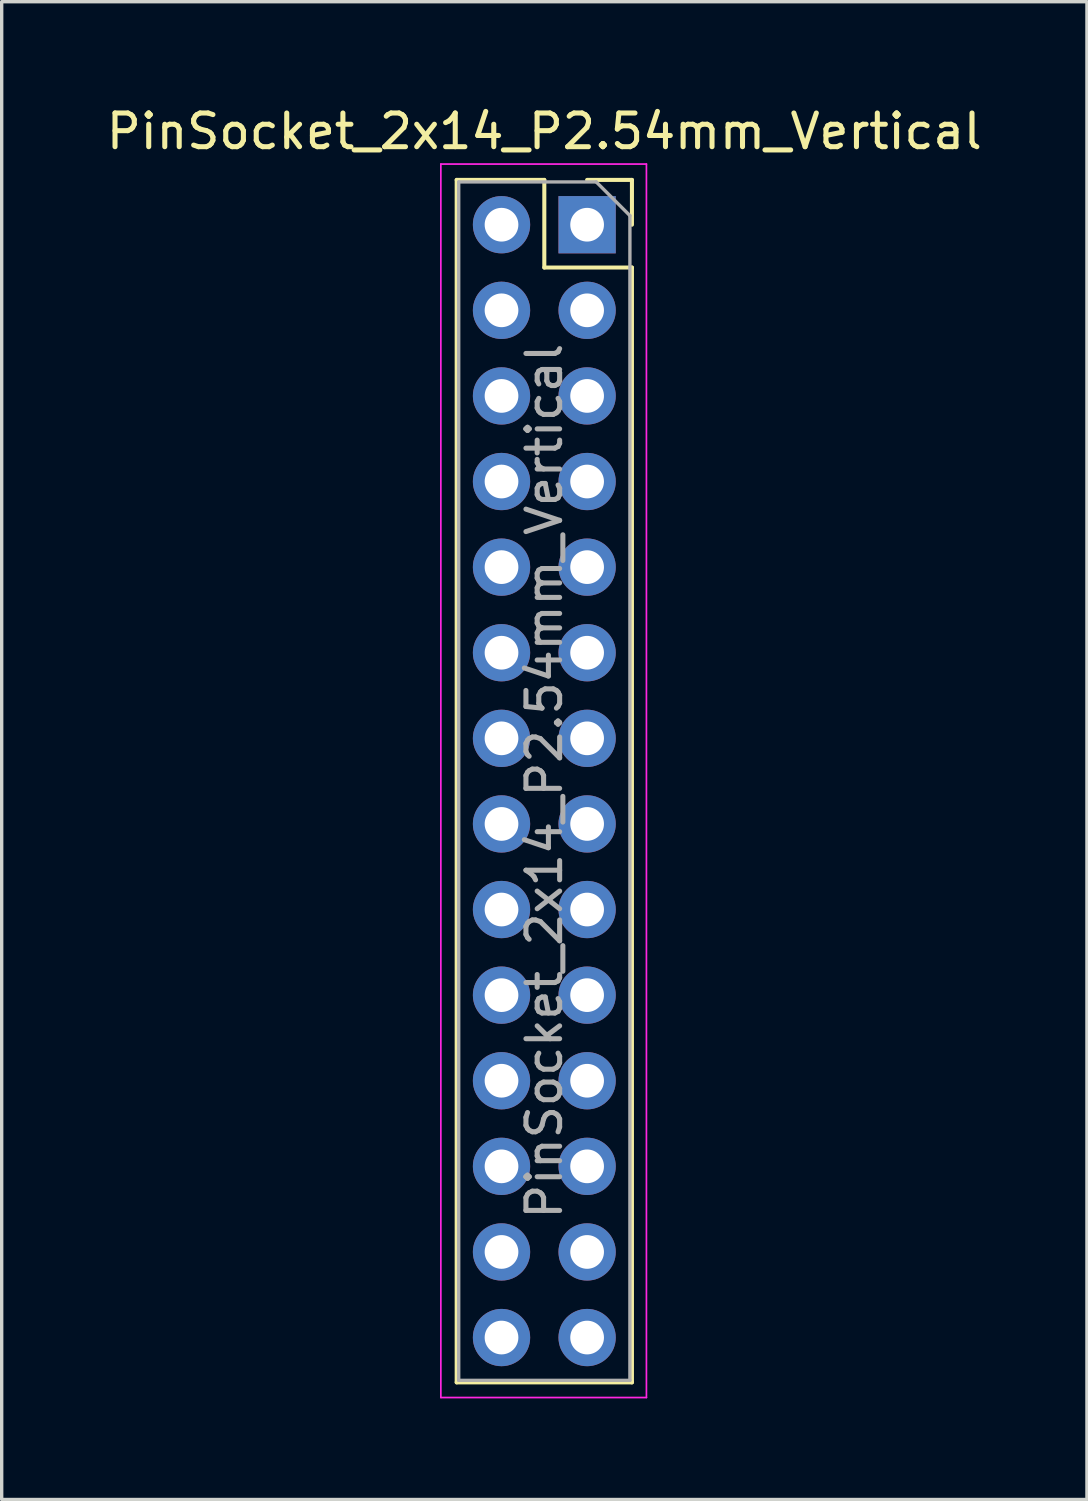
<source format=kicad_pcb>
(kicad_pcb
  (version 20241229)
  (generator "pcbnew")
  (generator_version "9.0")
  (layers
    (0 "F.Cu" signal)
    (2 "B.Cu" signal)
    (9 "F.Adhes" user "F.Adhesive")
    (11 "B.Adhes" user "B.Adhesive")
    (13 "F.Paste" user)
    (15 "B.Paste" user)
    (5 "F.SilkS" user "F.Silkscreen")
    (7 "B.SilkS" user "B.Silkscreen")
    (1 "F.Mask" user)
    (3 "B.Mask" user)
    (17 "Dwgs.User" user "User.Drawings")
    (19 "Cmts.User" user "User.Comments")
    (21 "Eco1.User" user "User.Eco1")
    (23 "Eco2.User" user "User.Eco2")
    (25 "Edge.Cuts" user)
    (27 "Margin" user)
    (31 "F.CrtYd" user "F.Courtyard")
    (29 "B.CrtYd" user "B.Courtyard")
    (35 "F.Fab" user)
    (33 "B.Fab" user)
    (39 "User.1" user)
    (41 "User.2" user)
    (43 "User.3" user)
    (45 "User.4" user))
  (footprint "PinSocket_2x14_P2.54mm_Vertical"
    (layer "F.Cu")
    (at 13.101 20.128)
    (property "Reference" "PinSocket_2x14_P2.54mm_Vertical" (at 0 -19.28 0) (layer "F.SilkS") (effects (font (size 1 1) (thickness 0.15))))
    (attr through_hole)
    (fp_line (start -2.6 -17.84) (end -2.6 17.84) (stroke (width 0.12) (type solid)) (layer "F.SilkS"))
    (fp_line (start -2.6 -17.84) (end 0 -17.84) (stroke (width 0.12) (type solid)) (layer "F.SilkS"))
    (fp_line (start -2.6 17.84) (end 2.6 17.84) (stroke (width 0.12) (type solid)) (layer "F.SilkS"))
    (fp_line (start 0 -17.84) (end 0 -15.24) (stroke (width 0.12) (type solid)) (layer "F.SilkS"))
    (fp_line (start 0 -15.24) (end 2.6 -15.24) (stroke (width 0.12) (type solid)) (layer "F.SilkS"))
    (fp_line (start 1.27 -17.84) (end 2.6 -17.84) (stroke (width 0.12) (type solid)) (layer "F.SilkS"))
    (fp_line (start 2.6 -17.84) (end 2.6 -16.51) (stroke (width 0.12) (type solid)) (layer "F.SilkS"))
    (fp_line (start 2.6 -15.24) (end 2.6 17.84) (stroke (width 0.12) (type solid)) (layer "F.SilkS"))
    (fp_line (start -3.07 -18.31) (end 3.03 -18.31) (stroke (width 0.05) (type solid)) (layer "F.CrtYd"))
    (fp_line (start -3.07 18.29) (end -3.07 -18.31) (stroke (width 0.05) (type solid)) (layer "F.CrtYd"))
    (fp_line (start 3.03 -18.31) (end 3.03 18.29) (stroke (width 0.05) (type solid)) (layer "F.CrtYd"))
    (fp_line (start 3.03 18.29) (end -3.07 18.29) (stroke (width 0.05) (type solid)) (layer "F.CrtYd"))
    (fp_line (start -2.54 -17.78) (end 1.54 -17.78) (stroke (width 0.1) (type solid)) (layer "F.Fab"))
    (fp_line (start -2.54 17.78) (end -2.54 -17.78) (stroke (width 0.1) (type solid)) (layer "F.Fab"))
    (fp_line (start 1.54 -17.78) (end 2.54 -16.78) (stroke (width 0.1) (type solid)) (layer "F.Fab"))
    (fp_line (start 2.54 -16.78) (end 2.54 17.78) (stroke (width 0.1) (type solid)) (layer "F.Fab"))
    (fp_line (start 2.54 17.78) (end -2.54 17.78) (stroke (width 0.1) (type solid)) (layer "F.Fab"))
    (fp_text user "${REFERENCE}" (at 0 0 90) (layer "F.Fab") (effects (font (size 1 1) (thickness 0.15))))
    (pad "1" thru_hole rect (at 1.27 -16.51) (size 1.7 1.7) (drill 1) (layers "*.Cu" "*.Mask"))
    (pad "2" thru_hole oval (at -1.27 -16.51) (size 1.7 1.7) (drill 1) (layers "*.Cu" "*.Mask"))
    (pad "3" thru_hole oval (at 1.27 -13.97) (size 1.7 1.7) (drill 1) (layers "*.Cu" "*.Mask"))
    (pad "4" thru_hole oval (at -1.27 -13.97) (size 1.7 1.7) (drill 1) (layers "*.Cu" "*.Mask"))
    (pad "5" thru_hole oval (at 1.27 -11.43) (size 1.7 1.7) (drill 1) (layers "*.Cu" "*.Mask"))
    (pad "6" thru_hole oval (at -1.27 -11.43) (size 1.7 1.7) (drill 1) (layers "*.Cu" "*.Mask"))
    (pad "7" thru_hole oval (at 1.27 -8.89) (size 1.7 1.7) (drill 1) (layers "*.Cu" "*.Mask"))
    (pad "8" thru_hole oval (at -1.27 -8.89) (size 1.7 1.7) (drill 1) (layers "*.Cu" "*.Mask"))
    (pad "9" thru_hole oval (at 1.27 -6.35) (size 1.7 1.7) (drill 1) (layers "*.Cu" "*.Mask"))
    (pad "10" thru_hole oval (at -1.27 -6.35) (size 1.7 1.7) (drill 1) (layers "*.Cu" "*.Mask"))
    (pad "11" thru_hole oval (at 1.27 -3.81) (size 1.7 1.7) (drill 1) (layers "*.Cu" "*.Mask"))
    (pad "12" thru_hole oval (at -1.27 -3.81) (size 1.7 1.7) (drill 1) (layers "*.Cu" "*.Mask"))
    (pad "13" thru_hole oval (at 1.27 -1.27) (size 1.7 1.7) (drill 1) (layers "*.Cu" "*.Mask"))
    (pad "14" thru_hole oval (at -1.27 -1.27) (size 1.7 1.7) (drill 1) (layers "*.Cu" "*.Mask"))
    (pad "15" thru_hole oval (at 1.27 1.27) (size 1.7 1.7) (drill 1) (layers "*.Cu" "*.Mask"))
    (pad "16" thru_hole oval (at -1.27 1.27) (size 1.7 1.7) (drill 1) (layers "*.Cu" "*.Mask"))
    (pad "17" thru_hole oval (at 1.27 3.81) (size 1.7 1.7) (drill 1) (layers "*.Cu" "*.Mask"))
    (pad "18" thru_hole oval (at -1.27 3.81) (size 1.7 1.7) (drill 1) (layers "*.Cu" "*.Mask"))
    (pad "19" thru_hole oval (at 1.27 6.35) (size 1.7 1.7) (drill 1) (layers "*.Cu" "*.Mask"))
    (pad "20" thru_hole oval (at -1.27 6.35) (size 1.7 1.7) (drill 1) (layers "*.Cu" "*.Mask"))
    (pad "21" thru_hole oval (at 1.27 8.89) (size 1.7 1.7) (drill 1) (layers "*.Cu" "*.Mask"))
    (pad "22" thru_hole oval (at -1.27 8.89) (size 1.7 1.7) (drill 1) (layers "*.Cu" "*.Mask"))
    (pad "23" thru_hole oval (at 1.27 11.43) (size 1.7 1.7) (drill 1) (layers "*.Cu" "*.Mask"))
    (pad "24" thru_hole oval (at -1.27 11.43) (size 1.7 1.7) (drill 1) (layers "*.Cu" "*.Mask"))
    (pad "25" thru_hole oval (at 1.27 13.97) (size 1.7 1.7) (drill 1) (layers "*.Cu" "*.Mask"))
    (pad "26" thru_hole oval (at -1.27 13.97) (size 1.7 1.7) (drill 1) (layers "*.Cu" "*.Mask"))
    (pad "27" thru_hole oval (at 1.27 16.51) (size 1.7 1.7) (drill 1) (layers "*.Cu" "*.Mask"))
    (pad "28" thru_hole oval (at -1.27 16.51) (size 1.7 1.7) (drill 1) (layers "*.Cu" "*.Mask")))
  (gr_rect
    (start -3 -3)
    (end 29.202 41.443)
    (stroke (width 0.1) (type default))
    (fill no)
    (layer "Edge.Cuts")))
</source>
